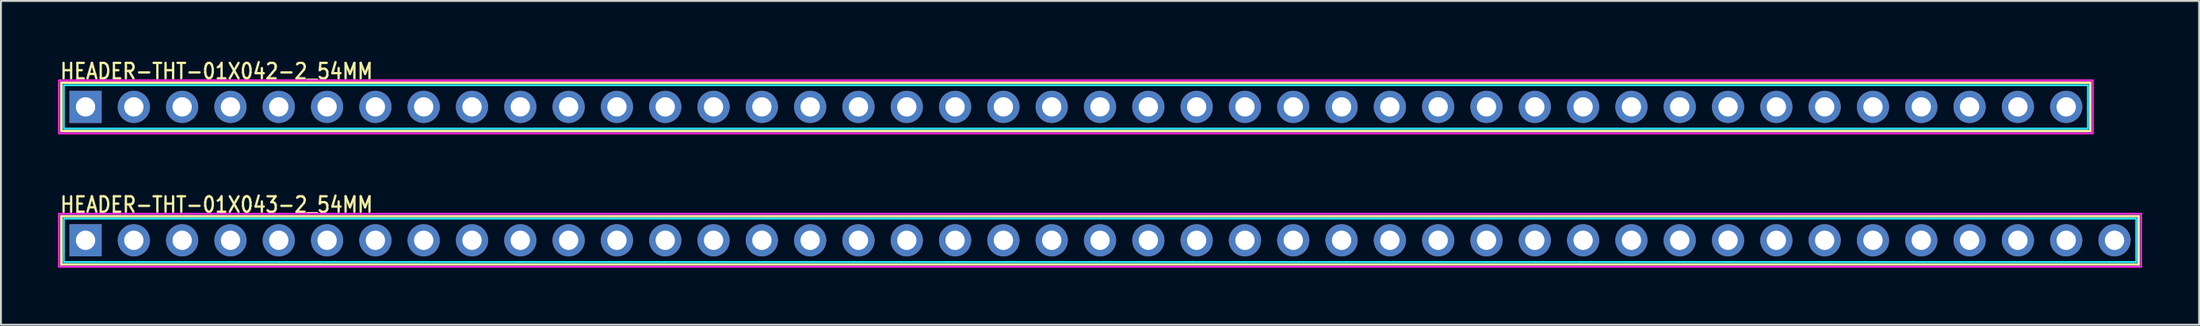
<source format=kicad_pcb>
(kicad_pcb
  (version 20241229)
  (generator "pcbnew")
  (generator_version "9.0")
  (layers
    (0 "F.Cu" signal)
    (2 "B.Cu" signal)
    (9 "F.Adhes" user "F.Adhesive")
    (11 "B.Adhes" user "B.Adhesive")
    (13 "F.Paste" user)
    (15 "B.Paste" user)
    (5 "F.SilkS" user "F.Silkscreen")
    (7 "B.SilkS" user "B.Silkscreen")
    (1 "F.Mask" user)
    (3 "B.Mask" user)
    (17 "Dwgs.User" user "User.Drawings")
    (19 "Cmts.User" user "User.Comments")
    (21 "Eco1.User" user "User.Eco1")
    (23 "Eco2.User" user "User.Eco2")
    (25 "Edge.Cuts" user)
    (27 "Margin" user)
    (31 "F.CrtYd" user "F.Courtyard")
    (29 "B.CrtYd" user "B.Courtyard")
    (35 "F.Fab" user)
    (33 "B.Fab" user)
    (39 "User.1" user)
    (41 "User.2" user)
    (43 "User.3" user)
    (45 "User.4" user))
  (footprint "HEADER-THT-01X043-2_54MM"
    (layer "F.Cu")
    (at 1.447 9.604)
    (property "Reference" "HEADER-THT-01X043-2_54MM" (at -1.4 -1.4 0) (unlocked yes) (layer "F.SilkS") (effects (font (size 0.813 0.695) (thickness 0.122)) (justify left bottom)))
    (fp_line (start -1.27 -1.27) (end -1.27 1.27) (stroke (width 0.127) (type solid)) (layer "F.SilkS"))
    (fp_line (start -1.27 1.27) (end 107.95 1.27) (stroke (width 0.127) (type solid)) (layer "F.SilkS"))
    (fp_line (start 107.95 -1.27) (end -1.27 -1.27) (stroke (width 0.127) (type solid)) (layer "F.SilkS"))
    (fp_line (start 107.95 1.27) (end 107.95 -1.27) (stroke (width 0.127) (type solid)) (layer "F.SilkS"))
    (fp_poly (pts (xy -1.143 -1.143) (xy 107.823 -1.143) (xy 107.823 1.143) (xy -1.143 1.143)) (stroke (width 0.1) (type solid)) (fill no) (layer "B.CrtYd"))
    (fp_poly (pts (xy -1.397 -1.397) (xy 108.077 -1.397) (xy 108.077 1.397) (xy -1.397 1.397)) (stroke (width 0.1) (type solid)) (fill no) (layer "F.CrtYd"))
    (pad "P$1" thru_hole rect (at 0 0) (size 1.693 1.693) (drill 1.016) (layers "*.Cu" "*.Mask"))
    (pad "P$2" thru_hole oval (at 2.54 0) (size 1.693 1.693) (drill 1.016) (layers "*.Cu" "*.Mask"))
    (pad "P$3" thru_hole oval (at 5.08 0) (size 1.693 1.693) (drill 1.016) (layers "*.Cu" "*.Mask"))
    (pad "P$4" thru_hole oval (at 7.62 0) (size 1.693 1.693) (drill 1.016) (layers "*.Cu" "*.Mask"))
    (pad "P$5" thru_hole oval (at 10.16 0) (size 1.693 1.693) (drill 1.016) (layers "*.Cu" "*.Mask"))
    (pad "P$6" thru_hole oval (at 12.7 0) (size 1.693 1.693) (drill 1.016) (layers "*.Cu" "*.Mask"))
    (pad "P$7" thru_hole oval (at 15.24 0) (size 1.693 1.693) (drill 1.016) (layers "*.Cu" "*.Mask"))
    (pad "P$8" thru_hole oval (at 17.78 0) (size 1.693 1.693) (drill 1.016) (layers "*.Cu" "*.Mask"))
    (pad "P$9" thru_hole oval (at 20.32 0) (size 1.693 1.693) (drill 1.016) (layers "*.Cu" "*.Mask"))
    (pad "P$10" thru_hole oval (at 22.86 0) (size 1.693 1.693) (drill 1.016) (layers "*.Cu" "*.Mask"))
    (pad "P$11" thru_hole oval (at 25.4 0) (size 1.693 1.693) (drill 1.016) (layers "*.Cu" "*.Mask"))
    (pad "P$12" thru_hole oval (at 27.94 0) (size 1.693 1.693) (drill 1.016) (layers "*.Cu" "*.Mask"))
    (pad "P$13" thru_hole oval (at 30.48 0) (size 1.693 1.693) (drill 1.016) (layers "*.Cu" "*.Mask"))
    (pad "P$14" thru_hole oval (at 33.02 0) (size 1.693 1.693) (drill 1.016) (layers "*.Cu" "*.Mask"))
    (pad "P$15" thru_hole oval (at 35.56 0) (size 1.693 1.693) (drill 1.016) (layers "*.Cu" "*.Mask"))
    (pad "P$16" thru_hole oval (at 38.1 0) (size 1.693 1.693) (drill 1.016) (layers "*.Cu" "*.Mask"))
    (pad "P$17" thru_hole oval (at 40.64 0) (size 1.693 1.693) (drill 1.016) (layers "*.Cu" "*.Mask"))
    (pad "P$18" thru_hole oval (at 43.18 0) (size 1.693 1.693) (drill 1.016) (layers "*.Cu" "*.Mask"))
    (pad "P$19" thru_hole oval (at 45.72 0) (size 1.693 1.693) (drill 1.016) (layers "*.Cu" "*.Mask"))
    (pad "P$20" thru_hole oval (at 48.26 0) (size 1.693 1.693) (drill 1.016) (layers "*.Cu" "*.Mask"))
    (pad "P$21" thru_hole oval (at 50.8 0) (size 1.693 1.693) (drill 1.016) (layers "*.Cu" "*.Mask"))
    (pad "P$22" thru_hole oval (at 53.34 0) (size 1.693 1.693) (drill 1.016) (layers "*.Cu" "*.Mask"))
    (pad "P$23" thru_hole oval (at 55.88 0) (size 1.693 1.693) (drill 1.016) (layers "*.Cu" "*.Mask"))
    (pad "P$24" thru_hole oval (at 58.42 0) (size 1.693 1.693) (drill 1.016) (layers "*.Cu" "*.Mask"))
    (pad "P$25" thru_hole oval (at 60.96 0) (size 1.693 1.693) (drill 1.016) (layers "*.Cu" "*.Mask"))
    (pad "P$26" thru_hole oval (at 63.5 0) (size 1.693 1.693) (drill 1.016) (layers "*.Cu" "*.Mask"))
    (pad "P$27" thru_hole oval (at 66.04 0) (size 1.693 1.693) (drill 1.016) (layers "*.Cu" "*.Mask"))
    (pad "P$28" thru_hole oval (at 68.58 0) (size 1.693 1.693) (drill 1.016) (layers "*.Cu" "*.Mask"))
    (pad "P$29" thru_hole oval (at 71.12 0) (size 1.693 1.693) (drill 1.016) (layers "*.Cu" "*.Mask"))
    (pad "P$30" thru_hole oval (at 73.66 0) (size 1.693 1.693) (drill 1.016) (layers "*.Cu" "*.Mask"))
    (pad "P$31" thru_hole oval (at 76.2 0) (size 1.693 1.693) (drill 1.016) (layers "*.Cu" "*.Mask"))
    (pad "P$32" thru_hole oval (at 78.74 0) (size 1.693 1.693) (drill 1.016) (layers "*.Cu" "*.Mask"))
    (pad "P$33" thru_hole oval (at 81.28 0) (size 1.693 1.693) (drill 1.016) (layers "*.Cu" "*.Mask"))
    (pad "P$34" thru_hole oval (at 83.82 0) (size 1.693 1.693) (drill 1.016) (layers "*.Cu" "*.Mask"))
    (pad "P$35" thru_hole oval (at 86.36 0) (size 1.693 1.693) (drill 1.016) (layers "*.Cu" "*.Mask"))
    (pad "P$36" thru_hole oval (at 88.9 0) (size 1.693 1.693) (drill 1.016) (layers "*.Cu" "*.Mask"))
    (pad "P$37" thru_hole oval (at 91.44 0) (size 1.693 1.693) (drill 1.016) (layers "*.Cu" "*.Mask"))
    (pad "P$38" thru_hole oval (at 93.98 0) (size 1.693 1.693) (drill 1.016) (layers "*.Cu" "*.Mask"))
    (pad "P$39" thru_hole oval (at 96.52 0) (size 1.693 1.693) (drill 1.016) (layers "*.Cu" "*.Mask"))
    (pad "P$40" thru_hole oval (at 99.06 0) (size 1.693 1.693) (drill 1.016) (layers "*.Cu" "*.Mask"))
    (pad "P$41" thru_hole oval (at 101.6 0) (size 1.693 1.693) (drill 1.016) (layers "*.Cu" "*.Mask"))
    (pad "P$42" thru_hole oval (at 104.14 0) (size 1.693 1.693) (drill 1.016) (layers "*.Cu" "*.Mask"))
    (pad "P$43" thru_hole oval (at 106.68 0) (size 1.693 1.693) (drill 1.016) (layers "*.Cu" "*.Mask")))
  (footprint "HEADER-THT-01X042-2_54MM"
    (layer "F.Cu")
    (at 1.447 2.579)
    (property "Reference" "HEADER-THT-01X042-2_54MM" (at -1.4 -1.4 0) (unlocked yes) (layer "F.SilkS") (effects (font (size 0.813 0.695) (thickness 0.122)) (justify left bottom)))
    (fp_line (start -1.27 -1.27) (end -1.27 1.27) (stroke (width 0.127) (type solid)) (layer "F.SilkS"))
    (fp_line (start -1.27 1.27) (end 105.41 1.27) (stroke (width 0.127) (type solid)) (layer "F.SilkS"))
    (fp_line (start 105.41 -1.27) (end -1.27 -1.27) (stroke (width 0.127) (type solid)) (layer "F.SilkS"))
    (fp_line (start 105.41 1.27) (end 105.41 -1.27) (stroke (width 0.127) (type solid)) (layer "F.SilkS"))
    (fp_poly (pts (xy -1.143 -1.143) (xy 105.283 -1.143) (xy 105.283 1.143) (xy -1.143 1.143)) (stroke (width 0.1) (type solid)) (fill no) (layer "B.CrtYd"))
    (fp_poly (pts (xy -1.397 -1.397) (xy 105.537 -1.397) (xy 105.537 1.397) (xy -1.397 1.397)) (stroke (width 0.1) (type solid)) (fill no) (layer "F.CrtYd"))
    (pad "P$1" thru_hole rect (at 0 0) (size 1.693 1.693) (drill 1.016) (layers "*.Cu" "*.Mask"))
    (pad "P$2" thru_hole oval (at 2.54 0) (size 1.693 1.693) (drill 1.016) (layers "*.Cu" "*.Mask"))
    (pad "P$3" thru_hole oval (at 5.08 0) (size 1.693 1.693) (drill 1.016) (layers "*.Cu" "*.Mask"))
    (pad "P$4" thru_hole oval (at 7.62 0) (size 1.693 1.693) (drill 1.016) (layers "*.Cu" "*.Mask"))
    (pad "P$5" thru_hole oval (at 10.16 0) (size 1.693 1.693) (drill 1.016) (layers "*.Cu" "*.Mask"))
    (pad "P$6" thru_hole oval (at 12.7 0) (size 1.693 1.693) (drill 1.016) (layers "*.Cu" "*.Mask"))
    (pad "P$7" thru_hole oval (at 15.24 0) (size 1.693 1.693) (drill 1.016) (layers "*.Cu" "*.Mask"))
    (pad "P$8" thru_hole oval (at 17.78 0) (size 1.693 1.693) (drill 1.016) (layers "*.Cu" "*.Mask"))
    (pad "P$9" thru_hole oval (at 20.32 0) (size 1.693 1.693) (drill 1.016) (layers "*.Cu" "*.Mask"))
    (pad "P$10" thru_hole oval (at 22.86 0) (size 1.693 1.693) (drill 1.016) (layers "*.Cu" "*.Mask"))
    (pad "P$11" thru_hole oval (at 25.4 0) (size 1.693 1.693) (drill 1.016) (layers "*.Cu" "*.Mask"))
    (pad "P$12" thru_hole oval (at 27.94 0) (size 1.693 1.693) (drill 1.016) (layers "*.Cu" "*.Mask"))
    (pad "P$13" thru_hole oval (at 30.48 0) (size 1.693 1.693) (drill 1.016) (layers "*.Cu" "*.Mask"))
    (pad "P$14" thru_hole oval (at 33.02 0) (size 1.693 1.693) (drill 1.016) (layers "*.Cu" "*.Mask"))
    (pad "P$15" thru_hole oval (at 35.56 0) (size 1.693 1.693) (drill 1.016) (layers "*.Cu" "*.Mask"))
    (pad "P$16" thru_hole oval (at 38.1 0) (size 1.693 1.693) (drill 1.016) (layers "*.Cu" "*.Mask"))
    (pad "P$17" thru_hole oval (at 40.64 0) (size 1.693 1.693) (drill 1.016) (layers "*.Cu" "*.Mask"))
    (pad "P$18" thru_hole oval (at 43.18 0) (size 1.693 1.693) (drill 1.016) (layers "*.Cu" "*.Mask"))
    (pad "P$19" thru_hole oval (at 45.72 0) (size 1.693 1.693) (drill 1.016) (layers "*.Cu" "*.Mask"))
    (pad "P$20" thru_hole oval (at 48.26 0) (size 1.693 1.693) (drill 1.016) (layers "*.Cu" "*.Mask"))
    (pad "P$21" thru_hole oval (at 50.8 0) (size 1.693 1.693) (drill 1.016) (layers "*.Cu" "*.Mask"))
    (pad "P$22" thru_hole oval (at 53.34 0) (size 1.693 1.693) (drill 1.016) (layers "*.Cu" "*.Mask"))
    (pad "P$23" thru_hole oval (at 55.88 0) (size 1.693 1.693) (drill 1.016) (layers "*.Cu" "*.Mask"))
    (pad "P$24" thru_hole oval (at 58.42 0) (size 1.693 1.693) (drill 1.016) (layers "*.Cu" "*.Mask"))
    (pad "P$25" thru_hole oval (at 60.96 0) (size 1.693 1.693) (drill 1.016) (layers "*.Cu" "*.Mask"))
    (pad "P$26" thru_hole oval (at 63.5 0) (size 1.693 1.693) (drill 1.016) (layers "*.Cu" "*.Mask"))
    (pad "P$27" thru_hole oval (at 66.04 0) (size 1.693 1.693) (drill 1.016) (layers "*.Cu" "*.Mask"))
    (pad "P$28" thru_hole oval (at 68.58 0) (size 1.693 1.693) (drill 1.016) (layers "*.Cu" "*.Mask"))
    (pad "P$29" thru_hole oval (at 71.12 0) (size 1.693 1.693) (drill 1.016) (layers "*.Cu" "*.Mask"))
    (pad "P$30" thru_hole oval (at 73.66 0) (size 1.693 1.693) (drill 1.016) (layers "*.Cu" "*.Mask"))
    (pad "P$31" thru_hole oval (at 76.2 0) (size 1.693 1.693) (drill 1.016) (layers "*.Cu" "*.Mask"))
    (pad "P$32" thru_hole oval (at 78.74 0) (size 1.693 1.693) (drill 1.016) (layers "*.Cu" "*.Mask"))
    (pad "P$33" thru_hole oval (at 81.28 0) (size 1.693 1.693) (drill 1.016) (layers "*.Cu" "*.Mask"))
    (pad "P$34" thru_hole oval (at 83.82 0) (size 1.693 1.693) (drill 1.016) (layers "*.Cu" "*.Mask"))
    (pad "P$35" thru_hole oval (at 86.36 0) (size 1.693 1.693) (drill 1.016) (layers "*.Cu" "*.Mask"))
    (pad "P$36" thru_hole oval (at 88.9 0) (size 1.693 1.693) (drill 1.016) (layers "*.Cu" "*.Mask"))
    (pad "P$37" thru_hole oval (at 91.44 0) (size 1.693 1.693) (drill 1.016) (layers "*.Cu" "*.Mask"))
    (pad "P$38" thru_hole oval (at 93.98 0) (size 1.693 1.693) (drill 1.016) (layers "*.Cu" "*.Mask"))
    (pad "P$39" thru_hole oval (at 96.52 0) (size 1.693 1.693) (drill 1.016) (layers "*.Cu" "*.Mask"))
    (pad "P$40" thru_hole oval (at 99.06 0) (size 1.693 1.693) (drill 1.016) (layers "*.Cu" "*.Mask"))
    (pad "P$41" thru_hole oval (at 101.6 0) (size 1.693 1.693) (drill 1.016) (layers "*.Cu" "*.Mask"))
    (pad "P$42" thru_hole oval (at 104.14 0) (size 1.693 1.693) (drill 1.016) (layers "*.Cu" "*.Mask")))
  (gr_rect
    (start -3 -3)
    (end 112.574 14.051)
    (stroke (width 0.1) (type default))
    (fill no)
    (layer "Edge.Cuts")))
</source>
